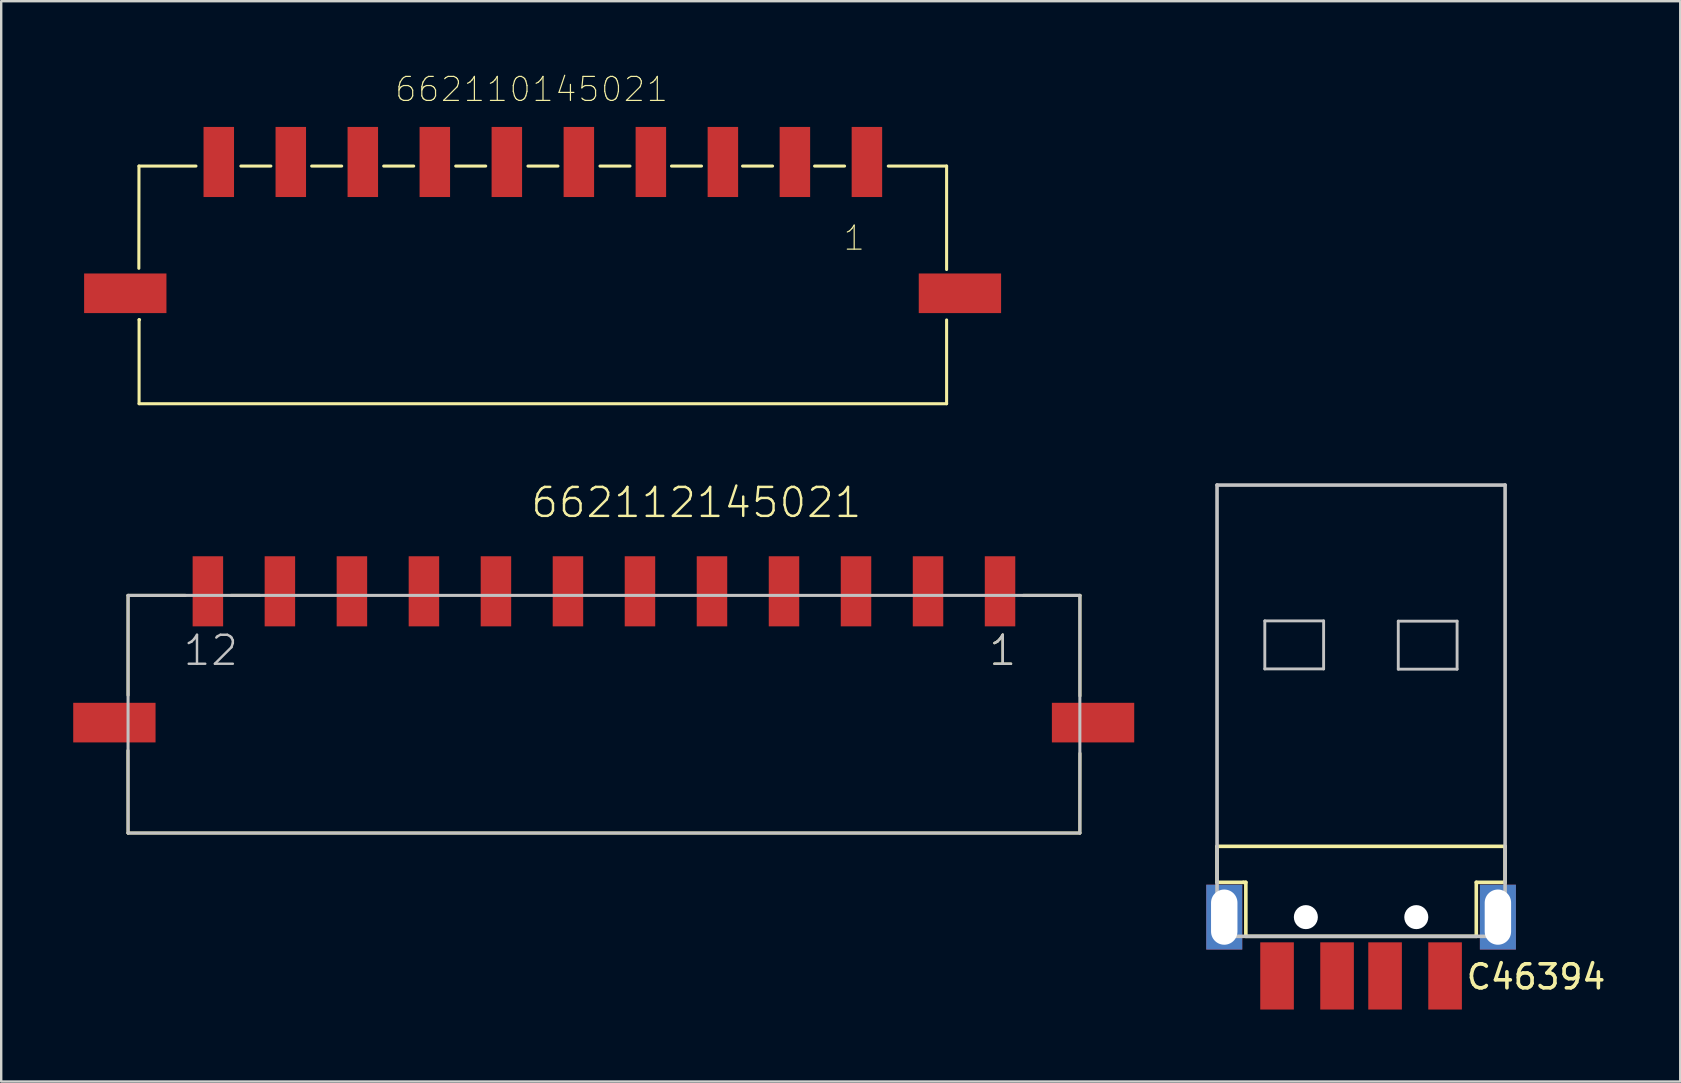
<source format=kicad_pcb>
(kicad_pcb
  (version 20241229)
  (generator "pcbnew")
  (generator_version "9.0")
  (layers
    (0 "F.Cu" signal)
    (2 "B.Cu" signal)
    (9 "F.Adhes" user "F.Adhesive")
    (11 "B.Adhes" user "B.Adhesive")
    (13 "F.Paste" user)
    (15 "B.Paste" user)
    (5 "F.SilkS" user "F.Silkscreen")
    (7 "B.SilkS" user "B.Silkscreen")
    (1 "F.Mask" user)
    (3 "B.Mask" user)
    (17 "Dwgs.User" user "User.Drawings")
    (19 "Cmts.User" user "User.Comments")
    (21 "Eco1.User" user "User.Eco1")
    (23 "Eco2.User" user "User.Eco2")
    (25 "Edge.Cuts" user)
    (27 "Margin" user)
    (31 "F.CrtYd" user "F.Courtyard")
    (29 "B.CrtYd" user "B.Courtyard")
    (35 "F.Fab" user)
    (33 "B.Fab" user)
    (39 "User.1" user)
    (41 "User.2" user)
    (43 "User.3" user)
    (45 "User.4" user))
  (footprint "662110145021"
    (layer "F.Cu")
    (at 19.564 9.168)
    (property "Reference" "662110145021" (at -0.47 -8.495 0) (layer "F.SilkS") (effects (font (size 1 1) (thickness 0.05))))
    (attr smd)
    (fp_line (start -16.825 -5.3) (end -16.83 -1.04) (stroke (width 0.127) (type solid)) (layer "F.SilkS"))
    (fp_line (start -16.82 1.1) (end -16.82 4.6) (stroke (width 0.127) (type solid)) (layer "F.SilkS"))
    (fp_line (start -16.82 4.6) (end 16.82 4.6) (stroke (width 0.127) (type solid)) (layer "F.SilkS"))
    (fp_line (start -16.8 1.1) (end -16.82 1.1) (stroke (width 0.127) (type solid)) (layer "F.SilkS"))
    (fp_line (start -14.45 -5.3) (end -16.825 -5.3) (stroke (width 0.127) (type solid)) (layer "F.SilkS"))
    (fp_line (start -12.58 -5.3) (end -11.33 -5.3) (stroke (width 0.127) (type solid)) (layer "F.SilkS"))
    (fp_line (start -9.63 -5.3) (end -8.38 -5.3) (stroke (width 0.127) (type solid)) (layer "F.SilkS"))
    (fp_line (start -6.63 -5.3) (end -5.38 -5.3) (stroke (width 0.127) (type solid)) (layer "F.SilkS"))
    (fp_line (start -3.63 -5.3) (end -2.38 -5.3) (stroke (width 0.127) (type solid)) (layer "F.SilkS"))
    (fp_line (start -0.62 -5.3) (end 0.63 -5.3) (stroke (width 0.127) (type solid)) (layer "F.SilkS"))
    (fp_line (start 2.38 -5.3) (end 3.63 -5.3) (stroke (width 0.127) (type solid)) (layer "F.SilkS"))
    (fp_line (start 5.36 -5.3) (end 6.61 -5.3) (stroke (width 0.127) (type solid)) (layer "F.SilkS"))
    (fp_line (start 8.32 -5.3) (end 9.57 -5.3) (stroke (width 0.127) (type solid)) (layer "F.SilkS"))
    (fp_line (start 11.32 -5.3) (end 12.57 -5.3) (stroke (width 0.127) (type solid)) (layer "F.SilkS"))
    (fp_line (start 14.39 -5.3) (end 16.82 -5.3) (stroke (width 0.127) (type solid)) (layer "F.SilkS"))
    (fp_line (start 16.82 -5.3) (end 16.82 -0.99) (stroke (width 0.127) (type solid)) (layer "F.SilkS"))
    (fp_line (start 16.82 4.6) (end 16.82 1.11) (stroke (width 0.127) (type solid)) (layer "F.SilkS"))
    (fp_line (start -19.5 -7.27) (end 19.5 -7.27) (stroke (width 0.127) (type solid)) (layer "Eco1.User"))
    (fp_line (start -19.5 4.85) (end -19.5 -7.27) (stroke (width 0.127) (type solid)) (layer "Eco1.User"))
    (fp_line (start 19.5 -7.27) (end 19.5 4.85) (stroke (width 0.127) (type solid)) (layer "Eco1.User"))
    (fp_line (start 19.5 4.85) (end -19.5 4.85) (stroke (width 0.127) (type solid)) (layer "Eco1.User"))
    (fp_line (start -16.825 -5.3) (end 16.825 -5.3) (stroke (width 0.127) (type solid)) (layer "Eco2.User"))
    (fp_line (start -16.825 4.6) (end -16.825 -5.3) (stroke (width 0.127) (type solid)) (layer "Eco2.User"))
    (fp_line (start 16.825 -5.3) (end 16.825 4.6) (stroke (width 0.127) (type solid)) (layer "Eco2.User"))
    (fp_line (start 16.825 4.6) (end -16.825 4.6) (stroke (width 0.127) (type solid)) (layer "Eco2.User"))
    (fp_text user "1" (at 12.97 -2.3 0) (layer "F.SilkS") (effects (font (size 1 1) (thickness 0.05))))
    (fp_text user "10" (at -14.88 -2.3 0) (layer "Edge.Cuts") (effects (font (size 1 1) (thickness 0.05))))
    (fp_text user "1" (at 12.97 -2.3 0) (layer "Edge.Cuts") (effects (font (size 1 1) (thickness 0.05))))
    (pad "1" smd rect (at 13.5 -5.47 90) (size 2.92 1.27) (layers "F.Cu" "F.Mask" "F.Paste"))
    (pad "2" smd rect (at 10.5 -5.47 90) (size 2.92 1.27) (layers "F.Cu" "F.Mask" "F.Paste"))
    (pad "3" smd rect (at 7.5 -5.47 90) (size 2.92 1.27) (layers "F.Cu" "F.Mask" "F.Paste"))
    (pad "4" smd rect (at 4.5 -5.47 90) (size 2.92 1.27) (layers "F.Cu" "F.Mask" "F.Paste"))
    (pad "5" smd rect (at 1.5 -5.47 90) (size 2.92 1.27) (layers "F.Cu" "F.Mask" "F.Paste"))
    (pad "6" smd rect (at -1.5 -5.47 90) (size 2.92 1.27) (layers "F.Cu" "F.Mask" "F.Paste"))
    (pad "7" smd rect (at -4.5 -5.47 90) (size 2.92 1.27) (layers "F.Cu" "F.Mask" "F.Paste"))
    (pad "8" smd rect (at -7.5 -5.47 90) (size 2.92 1.27) (layers "F.Cu" "F.Mask" "F.Paste"))
    (pad "9" smd rect (at -10.5 -5.47 90) (size 2.92 1.27) (layers "F.Cu" "F.Mask" "F.Paste"))
    (pad "10" smd rect (at -13.5 -5.47 90) (size 2.92 1.27) (layers "F.Cu" "F.Mask" "F.Paste"))
    (pad "M1" smd rect (at 17.375 0) (size 3.43 1.65) (layers "F.Cu" "F.Mask" "F.Paste"))
    (pad "M2" smd rect (at -17.395 0) (size 3.43 1.65) (layers "F.Cu" "F.Mask" "F.Paste")))
  (footprint "662112145021"
    (layer "F.Cu")
    (at 22.11 27.053)
    (property "Reference" "662112145021" (at -3.11 -8.46 0) (layer "F.SilkS") (effects (font (size 1.206 1.206) (thickness 0.102)) (justify left bottom)))
    (attr through_hole)
    (fp_line (start -19.83 1.16) (end -19.825 4.6) (stroke (width 0.127) (type solid)) (layer "F.SilkS"))
    (fp_line (start -19.825 -5.3) (end -19.825 -1.14) (stroke (width 0.127) (type solid)) (layer "F.SilkS"))
    (fp_line (start -19.825 4.6) (end 19.825 4.6) (stroke (width 0.127) (type solid)) (layer "F.SilkS"))
    (fp_line (start -17.44 -5.3) (end -19.825 -5.3) (stroke (width 0.127) (type solid)) (layer "F.SilkS"))
    (fp_line (start -15.54 -5.3) (end -14.34 -5.3) (stroke (width 0.127) (type solid)) (layer "F.SilkS"))
    (fp_line (start 17.47 -5.3) (end 19.83 -5.3) (stroke (width 0.127) (type solid)) (layer "F.SilkS"))
    (fp_line (start 19.825 4.6) (end 19.83 1.28) (stroke (width 0.127) (type solid)) (layer "F.SilkS"))
    (fp_line (start 19.83 -5.3) (end 19.83 -1.11) (stroke (width 0.127) (type solid)) (layer "F.SilkS"))
    (fp_line (start -19.825 -5.3) (end 19.825 -5.3) (stroke (width 0.127) (type solid)) (layer "Dwgs.User"))
    (fp_line (start -19.825 4.6) (end -19.825 -5.3) (stroke (width 0.127) (type solid)) (layer "Dwgs.User"))
    (fp_line (start 19.825 -5.3) (end 19.825 4.6) (stroke (width 0.127) (type solid)) (layer "Dwgs.User"))
    (fp_line (start 19.825 4.6) (end -19.825 4.6) (stroke (width 0.127) (type solid)) (layer "Dwgs.User"))
    (fp_text user "1" (at 15.97 -2.3 0) (layer "F.SilkS") (effects (font (size 1.206 1.206) (thickness 0.102)) (justify left bottom)))
    (fp_text user "12" (at -17.595 -2.3 0) (layer "Dwgs.User") (effects (font (size 1.206 1.206) (thickness 0.102)) (justify left bottom)))
    (fp_text user "1" (at 15.97 -2.3 0) (layer "Dwgs.User") (effects (font (size 1.206 1.206) (thickness 0.102)) (justify left bottom)))
    (pad "1" smd rect (at 16.5 -5.47 90) (size 2.92 1.27) (layers "F.Cu" "F.Mask" "F.Paste"))
    (pad "2" smd rect (at 13.5 -5.47 90) (size 2.92 1.27) (layers "F.Cu" "F.Mask" "F.Paste"))
    (pad "3" smd rect (at 10.5 -5.47 90) (size 2.92 1.27) (layers "F.Cu" "F.Mask" "F.Paste"))
    (pad "4" smd rect (at 7.5 -5.47 90) (size 2.92 1.27) (layers "F.Cu" "F.Mask" "F.Paste"))
    (pad "5" smd rect (at 4.5 -5.47 90) (size 2.92 1.27) (layers "F.Cu" "F.Mask" "F.Paste"))
    (pad "6" smd rect (at 1.5 -5.47 90) (size 2.92 1.27) (layers "F.Cu" "F.Mask" "F.Paste"))
    (pad "7" smd rect (at -1.5 -5.47 90) (size 2.92 1.27) (layers "F.Cu" "F.Mask" "F.Paste"))
    (pad "8" smd rect (at -4.5 -5.47 90) (size 2.92 1.27) (layers "F.Cu" "F.Mask" "F.Paste"))
    (pad "9" smd rect (at -7.5 -5.47 90) (size 2.92 1.27) (layers "F.Cu" "F.Mask" "F.Paste"))
    (pad "10" smd rect (at -10.5 -5.47 90) (size 2.92 1.27) (layers "F.Cu" "F.Mask" "F.Paste"))
    (pad "11" smd rect (at -13.5 -5.47 90) (size 2.92 1.27) (layers "F.Cu" "F.Mask" "F.Paste"))
    (pad "12" smd rect (at -16.5 -5.47 90) (size 2.92 1.27) (layers "F.Cu" "F.Mask" "F.Paste"))
    (pad "M1" smd rect (at 20.375 0) (size 3.43 1.65) (layers "F.Cu" "F.Mask" "F.Paste"))
    (pad "M2" smd rect (at -20.395 0) (size 3.43 1.65) (layers "F.Cu" "F.Mask" "F.Paste")))
  (footprint "C46394"
    (layer "F.Cu")
    (at 53.65 37.606)
    (property "Reference" "C46394" (at 7.29 0.04 0) (layer "F.SilkS") (effects (font (size 1 1) (thickness 0.15))))
    (attr through_hole)
    (fp_line (start -6 -5.4) (end -6 -3.9) (stroke (width 0.15) (type solid)) (layer "F.SilkS"))
    (fp_line (start -6 -5.4) (end 6 -5.4) (stroke (width 0.15) (type solid)) (layer "F.SilkS"))
    (fp_line (start -6 -3.9) (end -4.9 -3.9) (stroke (width 0.15) (type solid)) (layer "F.SilkS"))
    (fp_line (start -4.9 -3.9) (end -4.8 -3.9) (stroke (width 0.15) (type solid)) (layer "F.SilkS"))
    (fp_line (start -4.8 -3.9) (end -4.8 -1.65) (stroke (width 0.15) (type solid)) (layer "F.SilkS"))
    (fp_line (start -4.8 -1.65) (end 4.8 -1.65) (stroke (width 0.15) (type solid)) (layer "F.SilkS"))
    (fp_line (start 4.8 -3.9) (end 4.8 -1.65) (stroke (width 0.15) (type solid)) (layer "F.SilkS"))
    (fp_line (start 6 -5.4) (end 6 -3.9) (stroke (width 0.15) (type solid)) (layer "F.SilkS"))
    (fp_line (start 6 -3.9) (end 4.8 -3.9) (stroke (width 0.15) (type solid)) (layer "F.SilkS"))
    (fp_line (start -6 -20.45) (end -6 -1.65) (stroke (width 0.15) (type solid)) (layer "Dwgs.User"))
    (fp_line (start -6 -20.45) (end 6 -20.45) (stroke (width 0.15) (type solid)) (layer "Dwgs.User"))
    (fp_line (start -6 -1.65) (end 6 -1.65) (stroke (width 0.15) (type solid)) (layer "Dwgs.User"))
    (fp_line (start -4.01 -14.79) (end -4.01 -12.79) (stroke (width 0.12) (type solid)) (layer "Dwgs.User"))
    (fp_line (start -4.01 -14.79) (end -1.56 -14.79) (stroke (width 0.12) (type solid)) (layer "Dwgs.User"))
    (fp_line (start -4.01 -12.79) (end -1.56 -12.79) (stroke (width 0.12) (type solid)) (layer "Dwgs.User"))
    (fp_line (start -1.56 -12.79) (end -1.56 -14.79) (stroke (width 0.12) (type solid)) (layer "Dwgs.User"))
    (fp_line (start 1.55 -14.78) (end 1.55 -12.78) (stroke (width 0.12) (type solid)) (layer "Dwgs.User"))
    (fp_line (start 1.55 -14.78) (end 4 -14.78) (stroke (width 0.12) (type solid)) (layer "Dwgs.User"))
    (fp_line (start 1.55 -12.78) (end 4 -12.78) (stroke (width 0.12) (type solid)) (layer "Dwgs.User"))
    (fp_line (start 4 -12.78) (end 4 -14.78) (stroke (width 0.12) (type solid)) (layer "Dwgs.User"))
    (fp_line (start 6 -20.45) (end 6 -1.65) (stroke (width 0.15) (type solid)) (layer "Dwgs.User"))
    (fp_text user "PCB EDGE" (at 0 -4.51 0) (layer "Eco2.User") (effects (font (size 1 1) (thickness 0.15))))
    (pad "" np_thru_hole circle (at -2.3 -2.45) (size 1 1) (drill 1) (layers "*.Cu" "*.Mask"))
    (pad "" np_thru_hole circle (at 2.3 -2.45) (size 1 1) (drill 1) (layers "*.Cu" "*.Mask"))
    (pad "1" smd rect (at -3.5 0) (size 1.4 2.8) (layers "F.Cu" "F.Mask" "F.Paste"))
    (pad "2" smd rect (at -1 0) (size 1.4 2.8) (layers "F.Cu" "F.Mask" "F.Paste"))
    (pad "3" smd rect (at 1 0) (size 1.4 2.8) (layers "F.Cu" "F.Mask" "F.Paste"))
    (pad "4" smd rect (at 3.5 0) (size 1.4 2.8) (layers "F.Cu" "F.Mask" "F.Paste"))
    (pad "5" thru_hole rect (at -5.7 -2.45) (size 1.5 2.7) (drill oval 1.1 2.3) (layers "*.Cu" "*.Mask"))
    (pad "5" thru_hole rect (at 5.7 -2.45) (size 1.5 2.7) (drill oval 1.1 2.3) (layers "*.Cu" "*.Mask")))
  (gr_rect
    (start -3 -3)
    (end 66.946 42.006)
    (stroke (width 0.1) (type default))
    (fill no)
    (layer "Edge.Cuts")))
</source>
